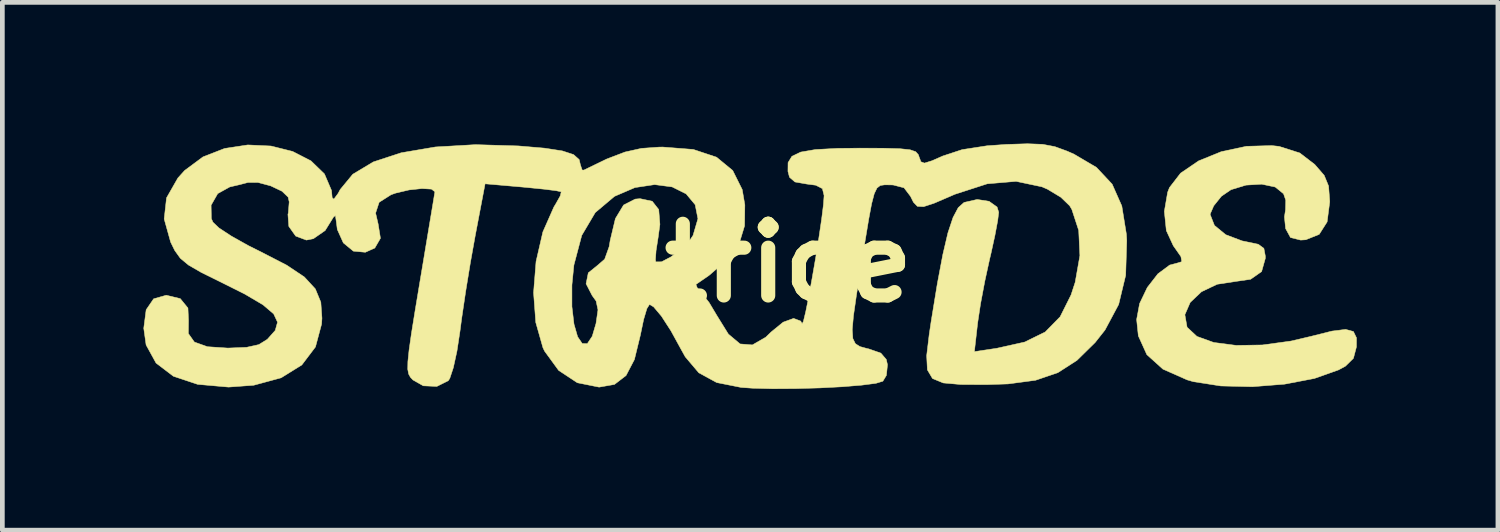
<source format=kicad_pcb>
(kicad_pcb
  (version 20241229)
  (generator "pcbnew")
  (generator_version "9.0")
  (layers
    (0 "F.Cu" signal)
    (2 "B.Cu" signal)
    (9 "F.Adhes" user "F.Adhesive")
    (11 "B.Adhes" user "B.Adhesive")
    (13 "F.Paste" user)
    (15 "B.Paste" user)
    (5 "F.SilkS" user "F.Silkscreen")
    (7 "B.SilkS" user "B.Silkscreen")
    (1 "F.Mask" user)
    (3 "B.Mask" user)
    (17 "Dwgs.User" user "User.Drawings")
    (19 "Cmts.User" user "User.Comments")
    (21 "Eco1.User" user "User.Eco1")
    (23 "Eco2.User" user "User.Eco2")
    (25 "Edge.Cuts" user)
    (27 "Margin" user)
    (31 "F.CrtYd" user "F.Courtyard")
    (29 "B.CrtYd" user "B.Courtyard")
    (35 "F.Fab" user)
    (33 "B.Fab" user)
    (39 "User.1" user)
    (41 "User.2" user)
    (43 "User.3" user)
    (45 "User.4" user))
  (footprint "stride"
    (layer "F.Cu")
    (at 13.094 2.54)
    (property "Reference" "stride" (at 0 0 0) (layer "F.SilkS") (effects (font (size 1.524 1.524) (thickness 0.3))))
    (attr through_hole)
    (fp_poly (pts (xy 11.039 -2.479) (xy 11.478 -2.339) (xy 11.796 -2.095) (xy 11.997 -1.863) (xy 12.09 -1.637) (xy 12.114 -1.319) (xy 12.114 -1.295) (xy 12.059 -0.874) (xy 11.891 -0.61) (xy 11.606 -0.495) (xy 11.497 -0.488) (xy 11.281 -0.542) (xy 11.177 -0.732) (xy 11.177 -0.732) (xy 11.152 -0.98) (xy 11.175 -1.13) (xy 11.18 -1.337) (xy 11.133 -1.472) (xy 10.957 -1.615) (xy 10.669 -1.676) (xy 10.335 -1.656) (xy 10.017 -1.559) (xy 9.814 -1.421) (xy 9.65 -1.217) (xy 9.574 -1.042) (xy 9.574 -1.03) (xy 9.664 -0.8) (xy 9.905 -0.602) (xy 10.252 -0.471) (xy 10.341 -0.453) (xy 10.598 -0.398) (xy 10.715 -0.312) (xy 10.746 -0.148) (xy 10.746 -0.1) (xy 10.667 0.181) (xy 10.433 0.345) (xy 10.114 0.391) (xy 9.722 0.451) (xy 9.389 0.61) (xy 9.15 0.836) (xy 9.036 1.098) (xy 9.083 1.364) (xy 9.292 1.559) (xy 9.65 1.688) (xy 10.126 1.75) (xy 10.684 1.741) (xy 11.29 1.658) (xy 11.716 1.558) (xy 12.162 1.446) (xy 12.453 1.41) (xy 12.618 1.455) (xy 12.683 1.589) (xy 12.682 1.782) (xy 12.618 2.025) (xy 12.448 2.192) (xy 12.304 2.27) (xy 11.788 2.453) (xy 11.154 2.574) (xy 10.469 2.628) (xy 9.801 2.612) (xy 9.217 2.521) (xy 9.085 2.483) (xy 8.57 2.255) (xy 8.228 1.947) (xy 8.047 1.547) (xy 8.011 1.2) (xy 8.074 0.861) (xy 8.237 0.52) (xy 8.463 0.229) (xy 8.713 0.043) (xy 8.866 0.003) (xy 8.971 -0.029) (xy 8.952 -0.137) (xy 8.802 -0.352) (xy 8.792 -0.364) (xy 8.642 -0.69) (xy 8.6 -1.098) (xy 8.67 -1.505) (xy 8.709 -1.604) (xy 8.945 -1.91) (xy 9.328 -2.171) (xy 9.81 -2.367) (xy 10.344 -2.481) (xy 10.883 -2.496) (xy 11.039 -2.479)) (stroke (width 0.01) (type solid)) (fill yes) (layer "F.SilkS"))
    (fp_poly (pts (xy 6.014 -2.523) (xy 6.272 -2.474) (xy 6.532 -2.379) (xy 6.676 -2.316) (xy 7.157 -2.033) (xy 7.491 -1.676) (xy 7.696 -1.213) (xy 7.793 -0.614) (xy 7.801 -0.478) (xy 7.778 0.26) (xy 7.629 0.88) (xy 7.339 1.423) (xy 7.128 1.69) (xy 6.742 2.069) (xy 6.336 2.33) (xy 5.863 2.491) (xy 5.278 2.569) (xy 4.815 2.584) (xy 4.273 2.581) (xy 3.901 2.548) (xy 3.673 2.454) (xy 3.564 2.27) (xy 3.549 1.968) (xy 3.603 1.517) (xy 3.645 1.236) (xy 3.775 0.441) (xy 3.892 -0.179) (xy 4.001 -0.643) (xy 4.109 -0.968) (xy 4.219 -1.176) (xy 4.339 -1.284) (xy 4.349 -1.289) (xy 4.622 -1.351) (xy 4.875 -1.312) (xy 5.045 -1.191) (xy 5.08 -1.079) (xy 5.058 -0.9) (xy 5 -0.59) (xy 4.916 -0.206) (xy 4.887 -0.085) (xy 4.785 0.383) (xy 4.694 0.865) (xy 4.633 1.267) (xy 4.629 1.302) (xy 4.563 1.883) (xy 5.041 1.811) (xy 5.632 1.679) (xy 6.068 1.465) (xy 6.385 1.142) (xy 6.617 0.678) (xy 6.705 0.409) (xy 6.805 -0.158) (xy 6.78 -0.693) (xy 6.634 -1.139) (xy 6.588 -1.217) (xy 6.401 -1.398) (xy 6.117 -1.569) (xy 5.999 -1.62) (xy 5.449 -1.736) (xy 4.836 -1.684) (xy 4.147 -1.461) (xy 4.06 -1.423) (xy 3.704 -1.27) (xy 3.483 -1.198) (xy 3.352 -1.205) (xy 3.268 -1.292) (xy 3.206 -1.417) (xy 3.068 -1.599) (xy 2.837 -1.659) (xy 2.776 -1.661) (xy 2.655 -1.662) (xy 2.564 -1.649) (xy 2.493 -1.594) (xy 2.435 -1.474) (xy 2.379 -1.261) (xy 2.317 -0.93) (xy 2.238 -0.454) (xy 2.15 0.098) (xy 2.055 0.692) (xy 1.993 1.122) (xy 1.967 1.416) (xy 1.98 1.604) (xy 2.034 1.714) (xy 2.131 1.775) (xy 2.276 1.815) (xy 2.32 1.825) (xy 2.575 1.914) (xy 2.691 2.049) (xy 2.716 2.161) (xy 2.693 2.387) (xy 2.618 2.511) (xy 2.47 2.556) (xy 2.168 2.595) (xy 1.756 2.629) (xy 1.275 2.654) (xy 0.769 2.668) (xy 0.279 2.671) (xy -0.151 2.66) (xy -0.395 2.643) (xy -0.913 2.54) (xy -1.294 2.332) (xy -1.582 1.992) (xy -1.672 1.83) (xy -1.886 1.44) (xy -2.088 1.128) (xy -2.254 0.931) (xy -2.341 0.879) (xy -2.397 0.968) (xy -2.466 1.2) (xy -2.534 1.526) (xy -2.537 1.539) (xy -2.662 2.051) (xy -2.84 2.391) (xy -3.086 2.58) (xy -3.412 2.637) (xy -3.875 2.544) (xy -4.272 2.282) (xy -4.571 1.872) (xy -4.606 1.798) (xy -4.758 1.262) (xy -4.783 0.925) (xy -3.99 0.925) (xy -3.946 1.298) (xy -3.869 1.566) (xy -3.771 1.71) (xy -3.663 1.713) (xy -3.558 1.556) (xy -3.478 1.285) (xy -3.436 0.995) (xy -3.476 0.807) (xy -3.56 0.69) (xy -3.689 0.44) (xy -3.642 0.208) (xy -3.451 0.054) (xy -3.294 -0.082) (xy -3.199 -0.347) (xy -3.176 -0.484) (xy -3.066 -0.945) (xy -2.892 -1.233) (xy -2.645 -1.359) (xy -2.541 -1.368) (xy -2.283 -1.313) (xy -2.145 -1.137) (xy -2.12 -0.821) (xy -2.158 -0.543) (xy -2.202 -0.261) (xy -2.215 -0.07) (xy -2.207 -0.025) (xy -2.086 -0.026) (xy -1.887 -0.13) (xy -1.667 -0.296) (xy -1.483 -0.487) (xy -1.416 -0.587) (xy -1.312 -0.941) (xy -1.371 -1.24) (xy -1.563 -1.47) (xy -1.86 -1.618) (xy -2.232 -1.667) (xy -2.651 -1.604) (xy -3.084 -1.418) (xy -3.494 -1.073) (xy -3.781 -0.588) (xy -3.948 0.043) (xy -3.99 0.467) (xy -3.99 0.925) (xy -4.783 0.925) (xy -4.805 0.63) (xy -4.752 -0.033) (xy -4.607 -0.662) (xy -4.373 -1.192) (xy -4.336 -1.252) (xy -4.237 -1.428) (xy -4.217 -1.514) (xy -4.323 -1.537) (xy -4.575 -1.569) (xy -4.925 -1.604) (xy -5.042 -1.615) (xy -5.835 -1.684) (xy -6.045 -0.581) (xy -6.147 -0.013) (xy -6.248 0.604) (xy -6.333 1.177) (xy -6.368 1.443) (xy -6.433 1.871) (xy -6.51 2.224) (xy -6.586 2.452) (xy -6.618 2.501) (xy -6.861 2.622) (xy -7.149 2.609) (xy -7.369 2.484) (xy -7.423 2.426) (xy -7.46 2.358) (xy -7.479 2.257) (xy -7.476 2.096) (xy -7.451 1.852) (xy -7.401 1.5) (xy -7.323 1.015) (xy -7.216 0.372) (xy -7.162 0.049) (xy -7.076 -0.468) (xy -7.001 -0.917) (xy -6.943 -1.265) (xy -6.909 -1.473) (xy -6.902 -1.514) (xy -6.974 -1.571) (xy -7.177 -1.583) (xy -7.45 -1.554) (xy -7.734 -1.487) (xy -7.833 -1.452) (xy -8.087 -1.291) (xy -8.162 -1.062) (xy -8.108 -0.83) (xy -8.059 -0.526) (xy -8.179 -0.319) (xy -8.38 -0.229) (xy -8.635 -0.253) (xy -8.848 -0.429) (xy -8.976 -0.714) (xy -8.995 -0.866) (xy -9.016 -1.009) (xy -9.056 -0.979) (xy -9.057 -0.977) (xy -9.234 -0.691) (xy -9.485 -0.517) (xy -9.634 -0.488) (xy -9.86 -0.573) (xy -10.006 -0.779) (xy -10.025 -1.035) (xy -10.017 -1.065) (xy -9.998 -1.3) (xy -10.021 -1.401) (xy -10.151 -1.526) (xy -10.391 -1.64) (xy -10.66 -1.712) (xy -10.873 -1.713) (xy -10.876 -1.712) (xy -11.052 -1.666) (xy -11.262 -1.617) (xy -11.517 -1.476) (xy -11.658 -1.229) (xy -11.653 -0.946) (xy -11.619 -0.868) (xy -11.491 -0.746) (xy -11.226 -0.572) (xy -10.869 -0.372) (xy -10.587 -0.231) (xy -10.05 0.046) (xy -9.676 0.296) (xy -9.443 0.549) (xy -9.326 0.832) (xy -9.302 1.173) (xy -9.31 1.298) (xy -9.44 1.783) (xy -9.73 2.166) (xy -10.17 2.439) (xy -10.752 2.597) (xy -11.287 2.636) (xy -11.943 2.578) (xy -12.459 2.406) (xy -12.828 2.125) (xy -13.039 1.741) (xy -13.089 1.386) (xy -13.038 0.993) (xy -12.879 0.76) (xy -12.611 0.684) (xy -12.313 0.756) (xy -12.15 0.956) (xy -12.138 1.22) (xy -12.141 1.498) (xy -12.013 1.679) (xy -11.736 1.778) (xy -11.302 1.807) (xy -10.904 1.791) (xy -10.643 1.733) (xy -10.463 1.621) (xy -10.295 1.432) (xy -10.246 1.257) (xy -10.328 1.081) (xy -10.556 0.887) (xy -10.943 0.659) (xy -11.463 0.399) (xy -11.87 0.198) (xy -12.139 0.042) (xy -12.312 -0.102) (xy -12.431 -0.268) (xy -12.518 -0.446) (xy -12.655 -0.937) (xy -12.605 -1.385) (xy -12.364 -1.807) (xy -12.22 -1.967) (xy -11.83 -2.256) (xy -11.371 -2.435) (xy -10.878 -2.51) (xy -10.385 -2.487) (xy -9.926 -2.372) (xy -9.536 -2.172) (xy -9.249 -1.894) (xy -9.099 -1.543) (xy -9.085 -1.388) (xy -9.049 -1.358) (xy -8.959 -1.479) (xy -8.914 -1.563) (xy -8.647 -1.887) (xy -8.21 -2.149) (xy -7.619 -2.343) (xy -6.89 -2.467) (xy -6.041 -2.516) (xy -5.129 -2.489) (xy -4.576 -2.442) (xy -4.193 -2.383) (xy -3.955 -2.305) (xy -3.836 -2.199) (xy -3.81 -2.089) (xy -3.773 -1.977) (xy -3.737 -1.975) (xy -3.25 -2.211) (xy -2.863 -2.359) (xy -2.513 -2.437) (xy -2.135 -2.464) (xy -2.059 -2.465) (xy -1.41 -2.414) (xy -0.917 -2.25) (xy -0.573 -1.967) (xy -0.371 -1.562) (xy -0.315 -1.236) (xy -0.321 -0.791) (xy -0.435 -0.417) (xy -0.681 -0.077) (xy -1.079 0.265) (xy -1.355 0.455) (xy -1.324 0.532) (xy -1.231 0.64) (xy -1.074 0.84) (xy -0.918 1.101) (xy -0.914 1.108) (xy -0.665 1.51) (xy -0.416 1.719) (xy -0.155 1.74) (xy 0.128 1.577) (xy 0.244 1.465) (xy 0.499 1.257) (xy 0.721 1.176) (xy 0.872 1.233) (xy 0.902 1.289) (xy 0.929 1.241) (xy 0.978 1.039) (xy 1.042 0.721) (xy 1.114 0.326) (xy 1.189 -0.106) (xy 1.258 -0.537) (xy 1.316 -0.928) (xy 1.355 -1.239) (xy 1.369 -1.432) (xy 1.369 -1.435) (xy 1.333 -1.582) (xy 1.192 -1.654) (xy 1.001 -1.679) (xy 0.75 -1.723) (xy 0.634 -1.823) (xy 0.601 -1.948) (xy 0.603 -2.134) (xy 0.685 -2.268) (xy 0.871 -2.358) (xy 1.185 -2.412) (xy 1.651 -2.437) (xy 2.128 -2.442) (xy 2.636 -2.44) (xy 2.981 -2.43) (xy 3.197 -2.407) (xy 3.316 -2.366) (xy 3.373 -2.302) (xy 3.388 -2.256) (xy 3.427 -2.152) (xy 3.502 -2.124) (xy 3.663 -2.174) (xy 3.892 -2.275) (xy 4.302 -2.41) (xy 4.832 -2.492) (xy 5.242 -2.521) (xy 5.692 -2.535) (xy 6.014 -2.523)) (stroke (width 0.01) (type solid)) (fill yes) (layer "F.SilkS")))
  (gr_rect
    (start -3 -3)
    (end 28.783 8.216)
    (stroke (width 0.1) (type default))
    (fill no)
    (layer "Edge.Cuts")))
</source>
